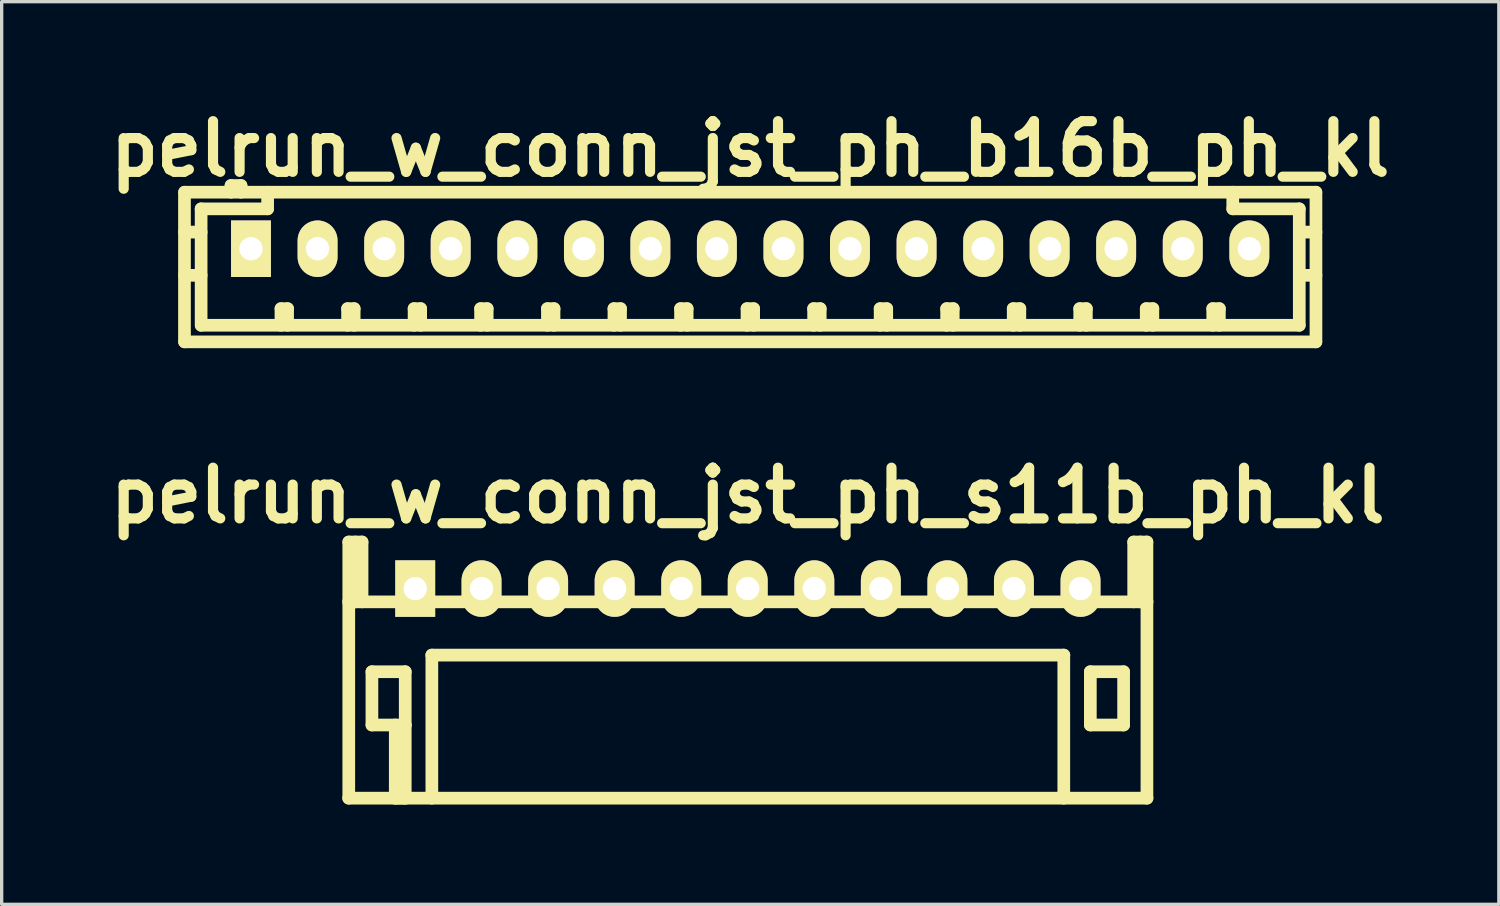
<source format=kicad_pcb>
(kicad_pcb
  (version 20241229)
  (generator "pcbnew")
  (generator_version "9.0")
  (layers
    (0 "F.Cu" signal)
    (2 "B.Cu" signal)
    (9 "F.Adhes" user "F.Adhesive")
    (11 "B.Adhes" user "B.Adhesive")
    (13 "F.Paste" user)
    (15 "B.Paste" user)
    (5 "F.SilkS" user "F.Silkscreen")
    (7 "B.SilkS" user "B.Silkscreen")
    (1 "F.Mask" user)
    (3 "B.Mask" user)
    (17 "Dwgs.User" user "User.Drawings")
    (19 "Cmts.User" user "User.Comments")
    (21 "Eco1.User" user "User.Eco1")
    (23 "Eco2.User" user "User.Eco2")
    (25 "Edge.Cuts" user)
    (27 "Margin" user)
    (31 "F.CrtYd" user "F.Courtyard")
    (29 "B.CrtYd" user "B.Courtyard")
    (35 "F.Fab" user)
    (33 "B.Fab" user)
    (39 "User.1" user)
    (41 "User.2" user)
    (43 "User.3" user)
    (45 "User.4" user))
  (footprint "pelrun_w_conn_jst_ph_b16b_ph_kl"
    (layer "F.Cu")
    (at 19.5 4.426)
    (property "Reference" "pelrun_w_conn_jst_ph_b16b_ph_kl" (at 0 -3 0) (layer "F.SilkS") (effects (font (size 1.524 1.524) (thickness 0.305))))
    (attr through_hole)
    (fp_line (start -17.005 -1.699) (end -17.005 2.799) (stroke (width 0.381) (type solid)) (layer "F.SilkS"))
    (fp_line (start -16.505 -1.199) (end -16.505 2.301) (stroke (width 0.381) (type solid)) (layer "F.SilkS"))
    (fp_line (start -16.505 -0.5) (end -17.005 -0.5) (stroke (width 0.381) (type solid)) (layer "F.SilkS"))
    (fp_line (start -16.505 0.8) (end -17.005 0.8) (stroke (width 0.381) (type solid)) (layer "F.SilkS"))
    (fp_line (start -16.5 2.301) (end 16.5 2.301) (stroke (width 0.381) (type solid)) (layer "F.SilkS"))
    (fp_line (start -15.606 -1.9) (end -15.606 -1.699) (stroke (width 0.381) (type solid)) (layer "F.SilkS"))
    (fp_line (start -15.306 -1.9) (end -15.606 -1.9) (stroke (width 0.381) (type solid)) (layer "F.SilkS"))
    (fp_line (start -15.306 -1.699) (end -15.306 -1.9) (stroke (width 0.381) (type solid)) (layer "F.SilkS"))
    (fp_line (start -14.506 -1.699) (end -14.506 -1.199) (stroke (width 0.381) (type solid)) (layer "F.SilkS"))
    (fp_line (start -14.506 -1.199) (end -16.505 -1.199) (stroke (width 0.381) (type solid)) (layer "F.SilkS"))
    (fp_line (start -14.105 1.801) (end -13.906 1.801) (stroke (width 0.381) (type solid)) (layer "F.SilkS"))
    (fp_line (start -14.105 2.301) (end -14.105 1.801) (stroke (width 0.381) (type solid)) (layer "F.SilkS"))
    (fp_line (start -13.906 1.801) (end -13.906 2.301) (stroke (width 0.381) (type solid)) (layer "F.SilkS"))
    (fp_line (start -12.103 1.801) (end -11.905 1.801) (stroke (width 0.381) (type solid)) (layer "F.SilkS"))
    (fp_line (start -12.103 2.301) (end -12.103 1.801) (stroke (width 0.381) (type solid)) (layer "F.SilkS"))
    (fp_line (start -11.905 1.801) (end -11.905 2.301) (stroke (width 0.381) (type solid)) (layer "F.SilkS"))
    (fp_line (start -10.104 1.801) (end -9.906 1.801) (stroke (width 0.381) (type solid)) (layer "F.SilkS"))
    (fp_line (start -10.104 2.301) (end -10.104 1.801) (stroke (width 0.381) (type solid)) (layer "F.SilkS"))
    (fp_line (start -9.906 1.801) (end -9.906 2.301) (stroke (width 0.381) (type solid)) (layer "F.SilkS"))
    (fp_line (start -8.105 1.801) (end -7.907 1.801) (stroke (width 0.381) (type solid)) (layer "F.SilkS"))
    (fp_line (start -8.105 2.301) (end -8.105 1.801) (stroke (width 0.381) (type solid)) (layer "F.SilkS"))
    (fp_line (start -7.907 1.801) (end -7.907 2.301) (stroke (width 0.381) (type solid)) (layer "F.SilkS"))
    (fp_line (start -6.096 1.801) (end -5.898 1.801) (stroke (width 0.381) (type solid)) (layer "F.SilkS"))
    (fp_line (start -6.096 2.301) (end -6.096 1.801) (stroke (width 0.381) (type solid)) (layer "F.SilkS"))
    (fp_line (start -5.898 1.801) (end -5.898 2.301) (stroke (width 0.381) (type solid)) (layer "F.SilkS"))
    (fp_line (start -4.097 1.801) (end -3.899 1.801) (stroke (width 0.381) (type solid)) (layer "F.SilkS"))
    (fp_line (start -4.097 2.301) (end -4.097 1.801) (stroke (width 0.381) (type solid)) (layer "F.SilkS"))
    (fp_line (start -3.899 1.801) (end -3.899 2.301) (stroke (width 0.381) (type solid)) (layer "F.SilkS"))
    (fp_line (start -2.095 1.801) (end -1.897 1.801) (stroke (width 0.381) (type solid)) (layer "F.SilkS"))
    (fp_line (start -2.095 2.301) (end -2.095 1.801) (stroke (width 0.381) (type solid)) (layer "F.SilkS"))
    (fp_line (start -1.897 1.801) (end -1.897 2.301) (stroke (width 0.381) (type solid)) (layer "F.SilkS"))
    (fp_line (start -0.097 1.801) (end 0.102 1.801) (stroke (width 0.381) (type solid)) (layer "F.SilkS"))
    (fp_line (start -0.097 2.301) (end -0.097 1.801) (stroke (width 0.381) (type solid)) (layer "F.SilkS"))
    (fp_line (start 0.102 1.801) (end 0.102 2.301) (stroke (width 0.381) (type solid)) (layer "F.SilkS"))
    (fp_line (start 1.905 1.801) (end 2.103 1.801) (stroke (width 0.381) (type solid)) (layer "F.SilkS"))
    (fp_line (start 1.905 2.301) (end 1.905 1.801) (stroke (width 0.381) (type solid)) (layer "F.SilkS"))
    (fp_line (start 2.103 1.801) (end 2.103 2.301) (stroke (width 0.381) (type solid)) (layer "F.SilkS"))
    (fp_line (start 3.904 1.801) (end 4.102 1.801) (stroke (width 0.381) (type solid)) (layer "F.SilkS"))
    (fp_line (start 3.904 2.301) (end 3.904 1.801) (stroke (width 0.381) (type solid)) (layer "F.SilkS"))
    (fp_line (start 4.102 1.801) (end 4.102 2.301) (stroke (width 0.381) (type solid)) (layer "F.SilkS"))
    (fp_line (start 5.903 1.801) (end 6.101 1.801) (stroke (width 0.381) (type solid)) (layer "F.SilkS"))
    (fp_line (start 5.903 2.301) (end 5.903 1.801) (stroke (width 0.381) (type solid)) (layer "F.SilkS"))
    (fp_line (start 6.101 1.801) (end 6.101 2.301) (stroke (width 0.381) (type solid)) (layer "F.SilkS"))
    (fp_line (start 7.904 1.801) (end 8.103 1.801) (stroke (width 0.381) (type solid)) (layer "F.SilkS"))
    (fp_line (start 7.904 2.301) (end 7.904 1.801) (stroke (width 0.381) (type solid)) (layer "F.SilkS"))
    (fp_line (start 8.103 1.801) (end 8.103 2.301) (stroke (width 0.381) (type solid)) (layer "F.SilkS"))
    (fp_line (start 9.903 1.801) (end 10.102 1.801) (stroke (width 0.381) (type solid)) (layer "F.SilkS"))
    (fp_line (start 9.903 2.301) (end 9.903 1.801) (stroke (width 0.381) (type solid)) (layer "F.SilkS"))
    (fp_line (start 10.102 1.801) (end 10.102 2.301) (stroke (width 0.381) (type solid)) (layer "F.SilkS"))
    (fp_line (start 11.902 1.801) (end 12.101 1.801) (stroke (width 0.381) (type solid)) (layer "F.SilkS"))
    (fp_line (start 11.902 2.301) (end 11.902 1.801) (stroke (width 0.381) (type solid)) (layer "F.SilkS"))
    (fp_line (start 12.101 1.801) (end 12.101 2.301) (stroke (width 0.381) (type solid)) (layer "F.SilkS"))
    (fp_line (start 13.901 1.801) (end 14.1 1.801) (stroke (width 0.381) (type solid)) (layer "F.SilkS"))
    (fp_line (start 13.901 2.301) (end 13.901 1.801) (stroke (width 0.381) (type solid)) (layer "F.SilkS"))
    (fp_line (start 14.1 1.801) (end 14.1 2.301) (stroke (width 0.381) (type solid)) (layer "F.SilkS"))
    (fp_line (start 14.503 -1.199) (end 14.503 -1.699) (stroke (width 0.381) (type solid)) (layer "F.SilkS"))
    (fp_line (start 16.502 -1.199) (end 14.503 -1.199) (stroke (width 0.381) (type solid)) (layer "F.SilkS"))
    (fp_line (start 16.502 0.8) (end 17.003 0.8) (stroke (width 0.381) (type solid)) (layer "F.SilkS"))
    (fp_line (start 16.502 2.301) (end 16.502 -1.199) (stroke (width 0.381) (type solid)) (layer "F.SilkS"))
    (fp_line (start 17 -1.699) (end -17 -1.699) (stroke (width 0.381) (type solid)) (layer "F.SilkS"))
    (fp_line (start 17 2.799) (end -17 2.799) (stroke (width 0.381) (type solid)) (layer "F.SilkS"))
    (fp_line (start 17.003 -1.699) (end 17.003 2.799) (stroke (width 0.381) (type solid)) (layer "F.SilkS"))
    (fp_line (start 17.003 -0.5) (end 16.502 -0.5) (stroke (width 0.381) (type solid)) (layer "F.SilkS"))
    (pad "1" thru_hole rect (at -15.006 0) (size 1.199 1.699) (drill 0.701) (layers "*.Cu" "*.Mask" "F.SilkS"))
    (pad "2" thru_hole oval (at -13.005 0) (size 1.199 1.699) (drill 0.701) (layers "*.Cu" "*.Mask" "F.SilkS"))
    (pad "3" thru_hole oval (at -11.003 0) (size 1.199 1.699) (drill 0.701) (layers "*.Cu" "*.Mask" "F.SilkS"))
    (pad "4" thru_hole oval (at -9.004 0) (size 1.199 1.699) (drill 0.701) (layers "*.Cu" "*.Mask" "F.SilkS"))
    (pad "5" thru_hole oval (at -7 0) (size 1.199 1.699) (drill 0.701) (layers "*.Cu" "*.Mask" "F.SilkS"))
    (pad "6" thru_hole oval (at -4.999 0) (size 1.199 1.699) (drill 0.701) (layers "*.Cu" "*.Mask" "F.SilkS"))
    (pad "7" thru_hole oval (at -3.002 0) (size 1.199 1.699) (drill 0.701) (layers "*.Cu" "*.Mask" "F.SilkS"))
    (pad "8" thru_hole oval (at -1.003 0) (size 1.199 1.699) (drill 0.701) (layers "*.Cu" "*.Mask" "F.SilkS"))
    (pad "9" thru_hole oval (at 0.998 0) (size 1.199 1.699) (drill 0.701) (layers "*.Cu" "*.Mask" "F.SilkS"))
    (pad "10" thru_hole oval (at 2.997 0) (size 1.199 1.699) (drill 0.701) (layers "*.Cu" "*.Mask" "F.SilkS"))
    (pad "11" thru_hole oval (at 4.999 0) (size 1.199 1.699) (drill 0.701) (layers "*.Cu" "*.Mask" "F.SilkS"))
    (pad "12" thru_hole oval (at 7 0) (size 1.199 1.699) (drill 0.701) (layers "*.Cu" "*.Mask" "F.SilkS"))
    (pad "13" thru_hole oval (at 8.999 0) (size 1.199 1.699) (drill 0.701) (layers "*.Cu" "*.Mask" "F.SilkS"))
    (pad "14" thru_hole oval (at 10.998 0) (size 1.199 1.699) (drill 0.701) (layers "*.Cu" "*.Mask" "F.SilkS"))
    (pad "15" thru_hole oval (at 13 0) (size 1.199 1.699) (drill 0.701) (layers "*.Cu" "*.Mask" "F.SilkS"))
    (pad "16" thru_hole oval (at 15.001 0) (size 1.199 1.699) (drill 0.701) (layers "*.Cu" "*.Mask" "F.SilkS")))
  (footprint "pelrun_w_conn_jst_ph_s11b_ph_kl"
    (layer "F.Cu")
    (at 19.427 14.641)
    (property "Reference" "pelrun_w_conn_jst_ph_s11b_ph_kl" (at 0 -2.799 0) (layer "F.SilkS") (effects (font (size 1.524 1.524) (thickness 0.305))))
    (attr through_hole)
    (fp_line (start -11.999 6.299) (end 11.999 6.299) (stroke (width 0.381) (type solid)) (layer "F.SilkS"))
    (fp_line (start -11.994 -1.4) (end -11.994 6.299) (stroke (width 0.381) (type solid)) (layer "F.SilkS"))
    (fp_line (start -11.793 -1.4) (end -11.793 0.399) (stroke (width 0.381) (type solid)) (layer "F.SilkS"))
    (fp_line (start -11.595 -1.4) (end -11.994 -1.4) (stroke (width 0.381) (type solid)) (layer "F.SilkS"))
    (fp_line (start -11.595 0.399) (end -11.595 -1.4) (stroke (width 0.381) (type solid)) (layer "F.SilkS"))
    (fp_line (start -11.298 2.499) (end -10.297 2.499) (stroke (width 0.381) (type solid)) (layer "F.SilkS"))
    (fp_line (start -11.298 4.1) (end -11.298 2.499) (stroke (width 0.381) (type solid)) (layer "F.SilkS"))
    (fp_line (start -10.597 6.299) (end -10.597 4.1) (stroke (width 0.381) (type solid)) (layer "F.SilkS"))
    (fp_line (start -10.297 2.499) (end -10.297 4.1) (stroke (width 0.381) (type solid)) (layer "F.SilkS"))
    (fp_line (start -10.297 4.1) (end -11.298 4.1) (stroke (width 0.381) (type solid)) (layer "F.SilkS"))
    (fp_line (start -10.297 4.1) (end -10.297 6.299) (stroke (width 0.381) (type solid)) (layer "F.SilkS"))
    (fp_line (start -10.297 6.299) (end -10.597 6.299) (stroke (width 0.381) (type solid)) (layer "F.SilkS"))
    (fp_line (start -9.5 1.999) (end 9.5 1.999) (stroke (width 0.381) (type solid)) (layer "F.SilkS"))
    (fp_line (start -9.497 1.999) (end -9.497 6.299) (stroke (width 0.381) (type solid)) (layer "F.SilkS"))
    (fp_line (start 9.497 1.999) (end 9.497 6.299) (stroke (width 0.381) (type solid)) (layer "F.SilkS"))
    (fp_line (start 10.295 2.499) (end 11.295 2.499) (stroke (width 0.381) (type solid)) (layer "F.SilkS"))
    (fp_line (start 10.295 4.1) (end 10.295 2.499) (stroke (width 0.381) (type solid)) (layer "F.SilkS"))
    (fp_line (start 11.295 2.499) (end 11.295 4.1) (stroke (width 0.381) (type solid)) (layer "F.SilkS"))
    (fp_line (start 11.295 4.1) (end 10.295 4.1) (stroke (width 0.381) (type solid)) (layer "F.SilkS"))
    (fp_line (start 11.598 -1.4) (end 11.598 0.399) (stroke (width 0.381) (type solid)) (layer "F.SilkS"))
    (fp_line (start 11.796 -1.4) (end 11.796 0.399) (stroke (width 0.381) (type solid)) (layer "F.SilkS"))
    (fp_line (start 11.996 -1.4) (end 11.598 -1.4) (stroke (width 0.381) (type solid)) (layer "F.SilkS"))
    (fp_line (start 11.996 6.299) (end 11.996 -1.4) (stroke (width 0.381) (type solid)) (layer "F.SilkS"))
    (fp_line (start 11.999 0.399) (end -11.999 0.399) (stroke (width 0.381) (type solid)) (layer "F.SilkS"))
    (pad "1" thru_hole rect (at -9.997 0) (size 1.199 1.699) (drill 0.701) (layers "*.Cu" "*.Mask" "F.SilkS"))
    (pad "2" thru_hole oval (at -8.004 0) (size 1.199 1.699) (drill 0.701) (layers "*.Cu" "*.Mask" "F.SilkS"))
    (pad "3" thru_hole oval (at -6.002 0) (size 1.199 1.699) (drill 0.701) (layers "*.Cu" "*.Mask" "F.SilkS"))
    (pad "4" thru_hole oval (at -4.003 0) (size 1.199 1.699) (drill 0.701) (layers "*.Cu" "*.Mask" "F.SilkS"))
    (pad "5" thru_hole oval (at -2.002 0) (size 1.199 1.699) (drill 0.701) (layers "*.Cu" "*.Mask" "F.SilkS"))
    (pad "6" thru_hole oval (at -0.003 0) (size 1.199 1.699) (drill 0.701) (layers "*.Cu" "*.Mask" "F.SilkS"))
    (pad "7" thru_hole oval (at 1.999 0) (size 1.199 1.699) (drill 0.701) (layers "*.Cu" "*.Mask" "F.SilkS"))
    (pad "8" thru_hole oval (at 3.998 0) (size 1.199 1.699) (drill 0.701) (layers "*.Cu" "*.Mask" "F.SilkS"))
    (pad "9" thru_hole oval (at 5.999 0) (size 1.199 1.699) (drill 0.701) (layers "*.Cu" "*.Mask" "F.SilkS"))
    (pad "10" thru_hole oval (at 7.998 0) (size 1.199 1.699) (drill 0.701) (layers "*.Cu" "*.Mask" "F.SilkS"))
    (pad "11" thru_hole oval (at 10 0) (size 1.199 1.699) (drill 0.701) (layers "*.Cu" "*.Mask" "F.SilkS")))
  (gr_rect
    (start -3 -3)
    (end 42 24.131)
    (stroke (width 0.1) (type default))
    (fill no)
    (layer "Edge.Cuts")))
</source>
